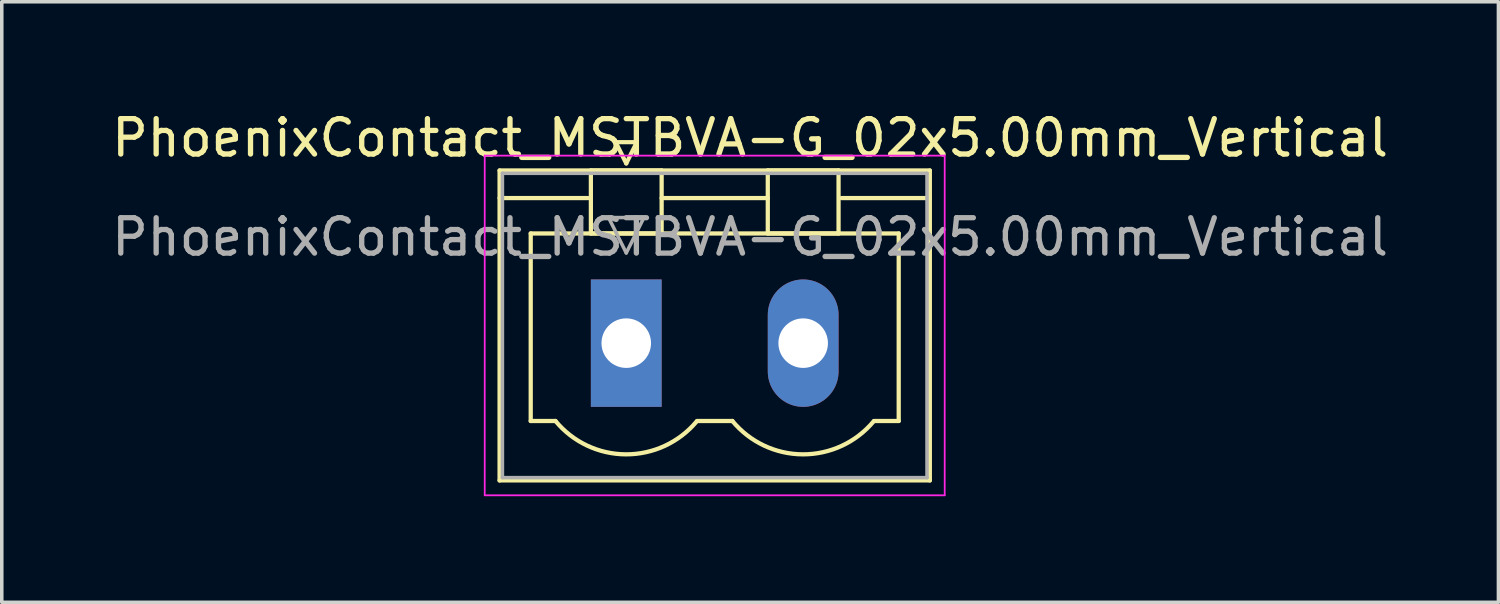
<source format=kicad_pcb>
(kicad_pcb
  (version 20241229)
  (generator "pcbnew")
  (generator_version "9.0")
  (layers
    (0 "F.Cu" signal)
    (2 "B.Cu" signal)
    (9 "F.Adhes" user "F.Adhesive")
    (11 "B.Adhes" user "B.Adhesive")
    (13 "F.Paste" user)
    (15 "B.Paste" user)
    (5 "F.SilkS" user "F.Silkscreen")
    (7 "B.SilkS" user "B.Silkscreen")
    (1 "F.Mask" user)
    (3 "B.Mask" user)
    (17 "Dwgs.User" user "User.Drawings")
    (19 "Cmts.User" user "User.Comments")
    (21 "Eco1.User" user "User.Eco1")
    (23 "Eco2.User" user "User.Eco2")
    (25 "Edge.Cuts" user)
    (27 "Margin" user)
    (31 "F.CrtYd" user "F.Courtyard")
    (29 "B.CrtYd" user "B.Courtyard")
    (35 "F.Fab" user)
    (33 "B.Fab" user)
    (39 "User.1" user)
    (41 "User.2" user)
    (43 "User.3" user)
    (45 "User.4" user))
  (footprint "PhoenixContact_MSTBVA-G_02x5.00mm_Vertical"
    (layer "F.Cu")
    (at 14.649 6.648)
    (property "Reference" "PhoenixContact_MSTBVA-G_02x5.00mm_Vertical" (at 3.5 -5.8 0) (layer "F.SilkS") (effects (font (size 1 1) (thickness 0.15))))
    (attr through_hole)
    (fp_line (start -3.58 -4.88) (end -3.58 3.88) (stroke (width 0.12) (type solid)) (layer "F.SilkS"))
    (fp_line (start -3.58 -4.1) (end -1.08 -4.1) (stroke (width 0.12) (type solid)) (layer "F.SilkS"))
    (fp_line (start -3.58 3.88) (end 8.58 3.88) (stroke (width 0.12) (type solid)) (layer "F.SilkS"))
    (fp_line (start -2.7 -3.1) (end 7.7 -3.1) (stroke (width 0.12) (type solid)) (layer "F.SilkS"))
    (fp_line (start -2.7 2.2) (end -2.7 -3.1) (stroke (width 0.12) (type solid)) (layer "F.SilkS"))
    (fp_line (start -2 2.2) (end -2.7 2.2) (stroke (width 0.12) (type solid)) (layer "F.SilkS"))
    (fp_line (start -1 -4.88) (end 1 -4.88) (stroke (width 0.12) (type solid)) (layer "F.SilkS"))
    (fp_line (start -1 -3.1) (end -1 -4.88) (stroke (width 0.12) (type solid)) (layer "F.SilkS"))
    (fp_line (start -0.3 -5.68) (end 0.3 -5.68) (stroke (width 0.12) (type solid)) (layer "F.SilkS"))
    (fp_line (start 0 -5.08) (end -0.3 -5.68) (stroke (width 0.12) (type solid)) (layer "F.SilkS"))
    (fp_line (start 0.3 -5.68) (end 0 -5.08) (stroke (width 0.12) (type solid)) (layer "F.SilkS"))
    (fp_line (start 1 -4.88) (end 1 -3.1) (stroke (width 0.12) (type solid)) (layer "F.SilkS"))
    (fp_line (start 1 -4.1) (end 4 -4.1) (stroke (width 0.12) (type solid)) (layer "F.SilkS"))
    (fp_line (start 1 -3.1) (end -1 -3.1) (stroke (width 0.12) (type solid)) (layer "F.SilkS"))
    (fp_line (start 2 2.2) (end 3 2.2) (stroke (width 0.12) (type solid)) (layer "F.SilkS"))
    (fp_line (start 4 -4.88) (end 6 -4.88) (stroke (width 0.12) (type solid)) (layer "F.SilkS"))
    (fp_line (start 4 -3.1) (end 4 -4.88) (stroke (width 0.12) (type solid)) (layer "F.SilkS"))
    (fp_line (start 6 -4.88) (end 6 -3.1) (stroke (width 0.12) (type solid)) (layer "F.SilkS"))
    (fp_line (start 6 -3.1) (end 4 -3.1) (stroke (width 0.12) (type solid)) (layer "F.SilkS"))
    (fp_line (start 7.7 -3.1) (end 7.7 2.2) (stroke (width 0.12) (type solid)) (layer "F.SilkS"))
    (fp_line (start 7.7 2.2) (end 7 2.2) (stroke (width 0.12) (type solid)) (layer "F.SilkS"))
    (fp_line (start 8.58 -4.88) (end -3.58 -4.88) (stroke (width 0.12) (type solid)) (layer "F.SilkS"))
    (fp_line (start 8.58 -4.1) (end 6.08 -4.1) (stroke (width 0.12) (type solid)) (layer "F.SilkS"))
    (fp_line (start 8.58 3.88) (end 8.58 -4.88) (stroke (width 0.12) (type solid)) (layer "F.SilkS"))
    (fp_arc (start 1.986842 2.215821) (mid -0.010289 3.142758) (end -2 2.2) (stroke (width 0.12) (type solid)) (layer "F.SilkS"))
    (fp_arc (start 6.986842 2.215821) (mid 4.989711 3.142758) (end 3 2.2) (stroke (width 0.12) (type solid)) (layer "F.SilkS"))
    (fp_line (start -4 -5.3) (end -4 4.3) (stroke (width 0.05) (type solid)) (layer "F.CrtYd"))
    (fp_line (start -4 4.3) (end 9 4.3) (stroke (width 0.05) (type solid)) (layer "F.CrtYd"))
    (fp_line (start 9 -5.3) (end -4 -5.3) (stroke (width 0.05) (type solid)) (layer "F.CrtYd"))
    (fp_line (start 9 4.3) (end 9 -5.3) (stroke (width 0.05) (type solid)) (layer "F.CrtYd"))
    (fp_line (start -3.5 -4.8) (end -3.5 3.8) (stroke (width 0.1) (type solid)) (layer "F.Fab"))
    (fp_line (start -3.5 3.8) (end 8.5 3.8) (stroke (width 0.1) (type solid)) (layer "F.Fab"))
    (fp_line (start -0.5 -3.55) (end 0.5 -3.55) (stroke (width 0.1) (type solid)) (layer "F.Fab"))
    (fp_line (start 0 -2.55) (end -0.5 -3.55) (stroke (width 0.1) (type solid)) (layer "F.Fab"))
    (fp_line (start 0.5 -3.55) (end 0 -2.55) (stroke (width 0.1) (type solid)) (layer "F.Fab"))
    (fp_line (start 8.5 -4.8) (end -3.5 -4.8) (stroke (width 0.1) (type solid)) (layer "F.Fab"))
    (fp_line (start 8.5 3.8) (end 8.5 -4.8) (stroke (width 0.1) (type solid)) (layer "F.Fab"))
    (fp_text user "${REFERENCE}" (at 3.5 -3 0) (layer "F.Fab") (effects (font (size 1 1) (thickness 0.15))))
    (pad "1" thru_hole rect (at 0 0) (size 2 3.6) (drill 1.4) (layers "*.Cu" "*.Mask"))
    (pad "2" thru_hole oval (at 5 0) (size 2 3.6) (drill 1.4) (layers "*.Cu" "*.Mask")))
  (gr_rect
    (start -3 -3)
    (end 39.298 13.973)
    (stroke (width 0.1) (type default))
    (fill no)
    (layer "Edge.Cuts")))
</source>
